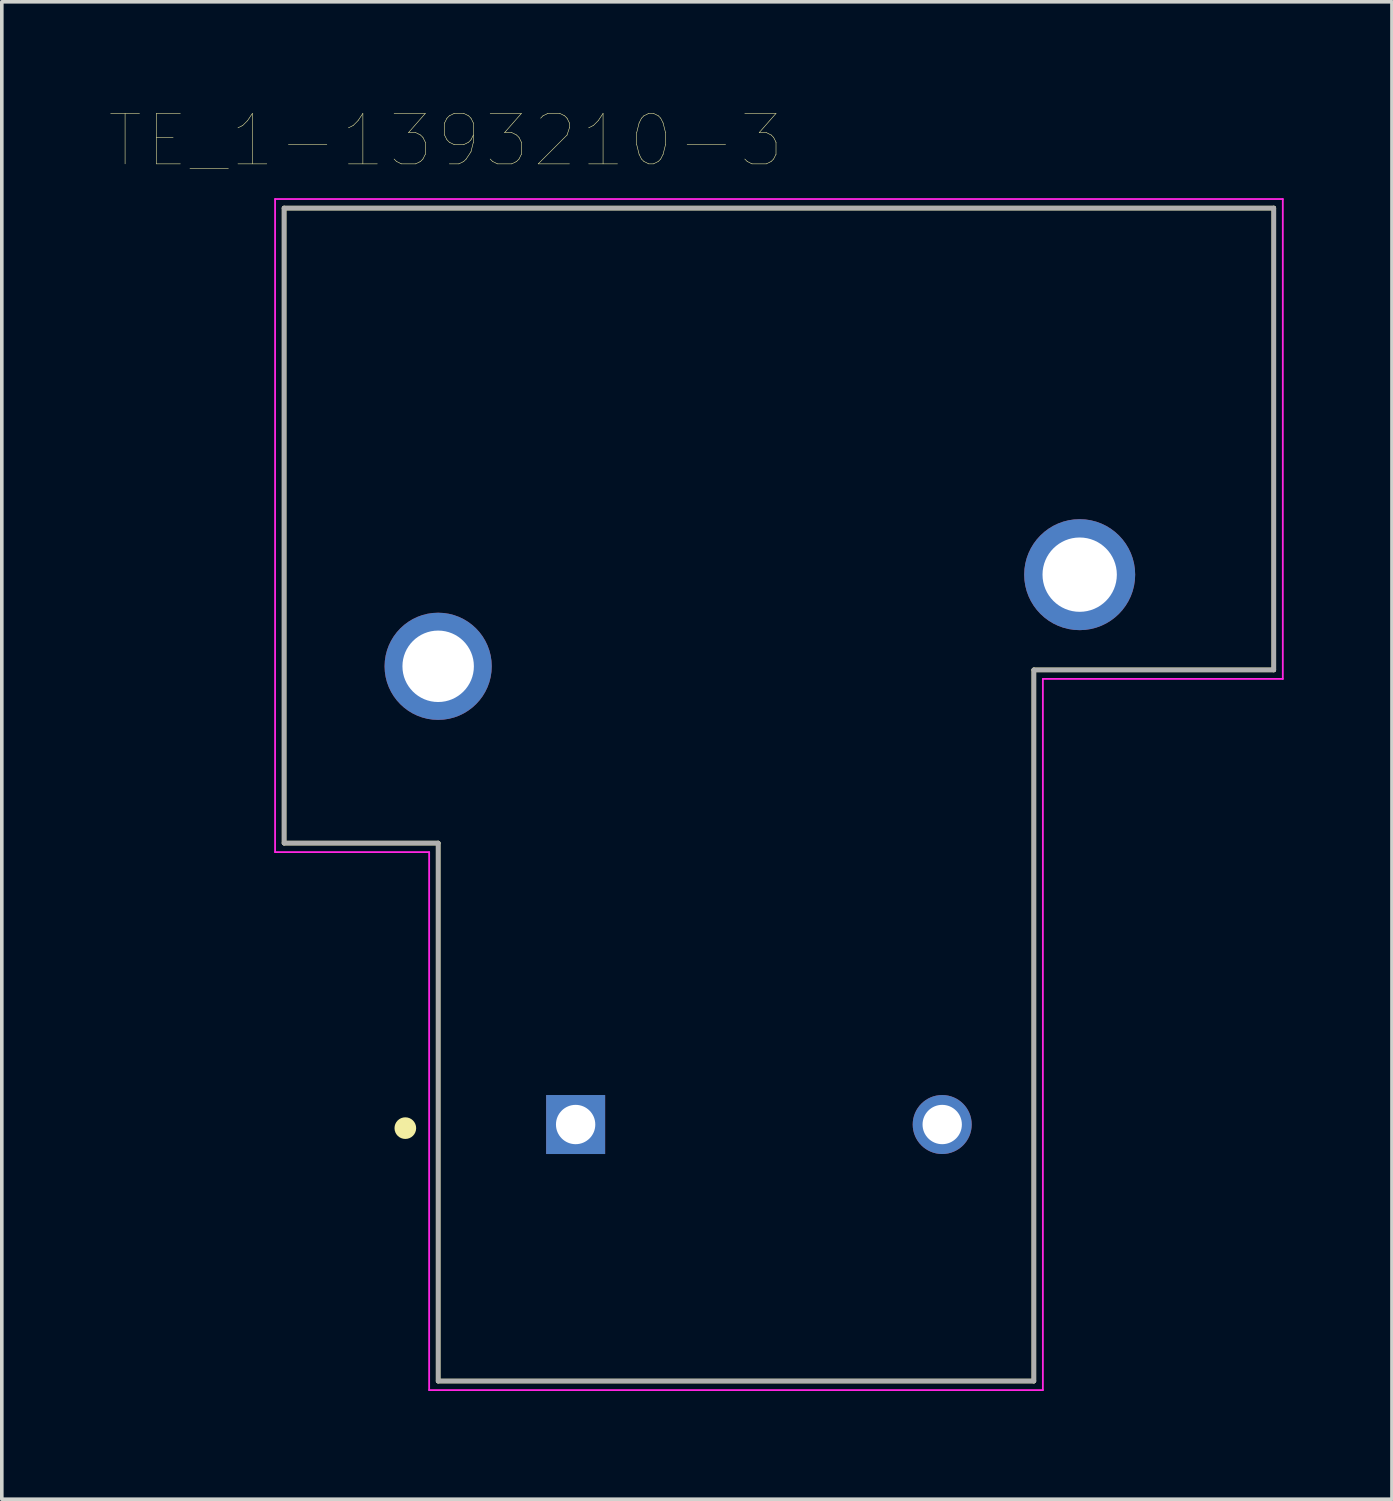
<source format=kicad_pcb>
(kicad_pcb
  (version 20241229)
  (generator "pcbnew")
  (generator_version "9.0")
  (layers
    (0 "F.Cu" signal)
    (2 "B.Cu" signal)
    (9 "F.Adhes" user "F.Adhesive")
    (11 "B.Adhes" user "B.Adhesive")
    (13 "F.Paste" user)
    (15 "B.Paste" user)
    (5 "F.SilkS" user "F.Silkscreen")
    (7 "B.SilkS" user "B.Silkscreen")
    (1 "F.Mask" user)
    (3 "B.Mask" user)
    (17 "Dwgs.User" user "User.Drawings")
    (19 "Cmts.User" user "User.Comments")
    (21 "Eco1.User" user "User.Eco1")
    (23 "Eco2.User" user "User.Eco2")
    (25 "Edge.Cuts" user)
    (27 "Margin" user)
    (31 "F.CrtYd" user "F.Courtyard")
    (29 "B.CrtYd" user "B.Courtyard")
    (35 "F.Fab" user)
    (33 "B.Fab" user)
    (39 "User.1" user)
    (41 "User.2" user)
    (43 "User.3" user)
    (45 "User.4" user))
  (footprint "TE_1-1393210-3"
    (layer "F.Cu")
    (at 12.904 28.117)
    (property "Reference" "TE_1-1393210-3" (at -3.6 -27.272 0) (layer "F.SilkS") (effects (font (size 1.398 1.398) (thickness 0.015))))
    (attr through_hole)
    (fp_line (start -8.08 -25.4) (end -8.08 -7.8) (stroke (width 0.127) (type solid)) (layer "F.SilkS"))
    (fp_line (start -8.08 -7.8) (end -3.81 -7.8) (stroke (width 0.127) (type solid)) (layer "F.SilkS"))
    (fp_line (start -3.81 -7.8) (end -3.81 7.11) (stroke (width 0.127) (type solid)) (layer "F.SilkS"))
    (fp_line (start -3.81 7.11) (end 12.7 7.11) (stroke (width 0.127) (type solid)) (layer "F.SilkS"))
    (fp_line (start 12.7 -12.6) (end 12.7 7.11) (stroke (width 0.127) (type solid)) (layer "F.SilkS"))
    (fp_line (start 19.35 -25.4) (end -8.08 -25.4) (stroke (width 0.127) (type solid)) (layer "F.SilkS"))
    (fp_line (start 19.35 -12.6) (end 12.7 -12.6) (stroke (width 0.127) (type solid)) (layer "F.SilkS"))
    (fp_line (start 19.35 -12.6) (end 19.35 -25.4) (stroke (width 0.127) (type solid)) (layer "F.SilkS"))
    (fp_circle (center -4.72 0.1) (end -4.57 0.1) (stroke (width 0.3) (type solid)) (fill no) (layer "F.SilkS"))
    (fp_line (start -8.33 -25.65) (end 19.6 -25.65) (stroke (width 0.05) (type solid)) (layer "F.CrtYd"))
    (fp_line (start -8.33 -7.55) (end -8.33 -25.65) (stroke (width 0.05) (type solid)) (layer "F.CrtYd"))
    (fp_line (start -4.06 -7.55) (end -8.33 -7.55) (stroke (width 0.05) (type solid)) (layer "F.CrtYd"))
    (fp_line (start -4.06 7.36) (end -4.06 -7.55) (stroke (width 0.05) (type solid)) (layer "F.CrtYd"))
    (fp_line (start 12.95 -12.35) (end 12.95 7.36) (stroke (width 0.05) (type solid)) (layer "F.CrtYd"))
    (fp_line (start 12.95 7.36) (end -4.06 7.36) (stroke (width 0.05) (type solid)) (layer "F.CrtYd"))
    (fp_line (start 19.6 -25.65) (end 19.6 -12.35) (stroke (width 0.05) (type solid)) (layer "F.CrtYd"))
    (fp_line (start 19.6 -12.35) (end 12.95 -12.35) (stroke (width 0.05) (type solid)) (layer "F.CrtYd"))
    (fp_line (start -8.08 -25.4) (end -8.08 -7.8) (stroke (width 0.127) (type solid)) (layer "F.Fab"))
    (fp_line (start -8.08 -7.8) (end -3.81 -7.8) (stroke (width 0.127) (type solid)) (layer "F.Fab"))
    (fp_line (start -3.81 -7.8) (end -3.81 7.11) (stroke (width 0.127) (type solid)) (layer "F.Fab"))
    (fp_line (start -3.81 7.11) (end 12.7 7.11) (stroke (width 0.127) (type solid)) (layer "F.Fab"))
    (fp_line (start 12.7 -12.6) (end 19.35 -12.6) (stroke (width 0.127) (type solid)) (layer "F.Fab"))
    (fp_line (start 12.7 7.11) (end 12.7 -12.6) (stroke (width 0.127) (type solid)) (layer "F.Fab"))
    (fp_line (start 19.35 -25.4) (end -8.08 -25.4) (stroke (width 0.127) (type solid)) (layer "F.Fab"))
    (fp_line (start 19.35 -12.6) (end 19.35 -25.4) (stroke (width 0.127) (type solid)) (layer "F.Fab"))
    (pad "A1" thru_hole rect (at 0 0) (size 1.635 1.635) (drill 1.09) (layers "*.Cu" "*.Mask"))
    (pad "A2" thru_hole circle (at 10.16 0) (size 1.635 1.635) (drill 1.09) (layers "*.Cu" "*.Mask"))
    (pad "C" thru_hole circle (at -3.81 -12.7) (size 2.97 2.97) (drill 1.98) (layers "*.Cu" "*.Mask"))
    (pad "NO" thru_hole circle (at 13.97 -15.24) (size 3.076 3.076) (drill 2.06) (layers "*.Cu" "*.Mask")))
  (gr_rect
    (start -3 -3)
    (end 35.529 38.502)
    (stroke (width 0.1) (type default))
    (fill no)
    (layer "Edge.Cuts")))
</source>
